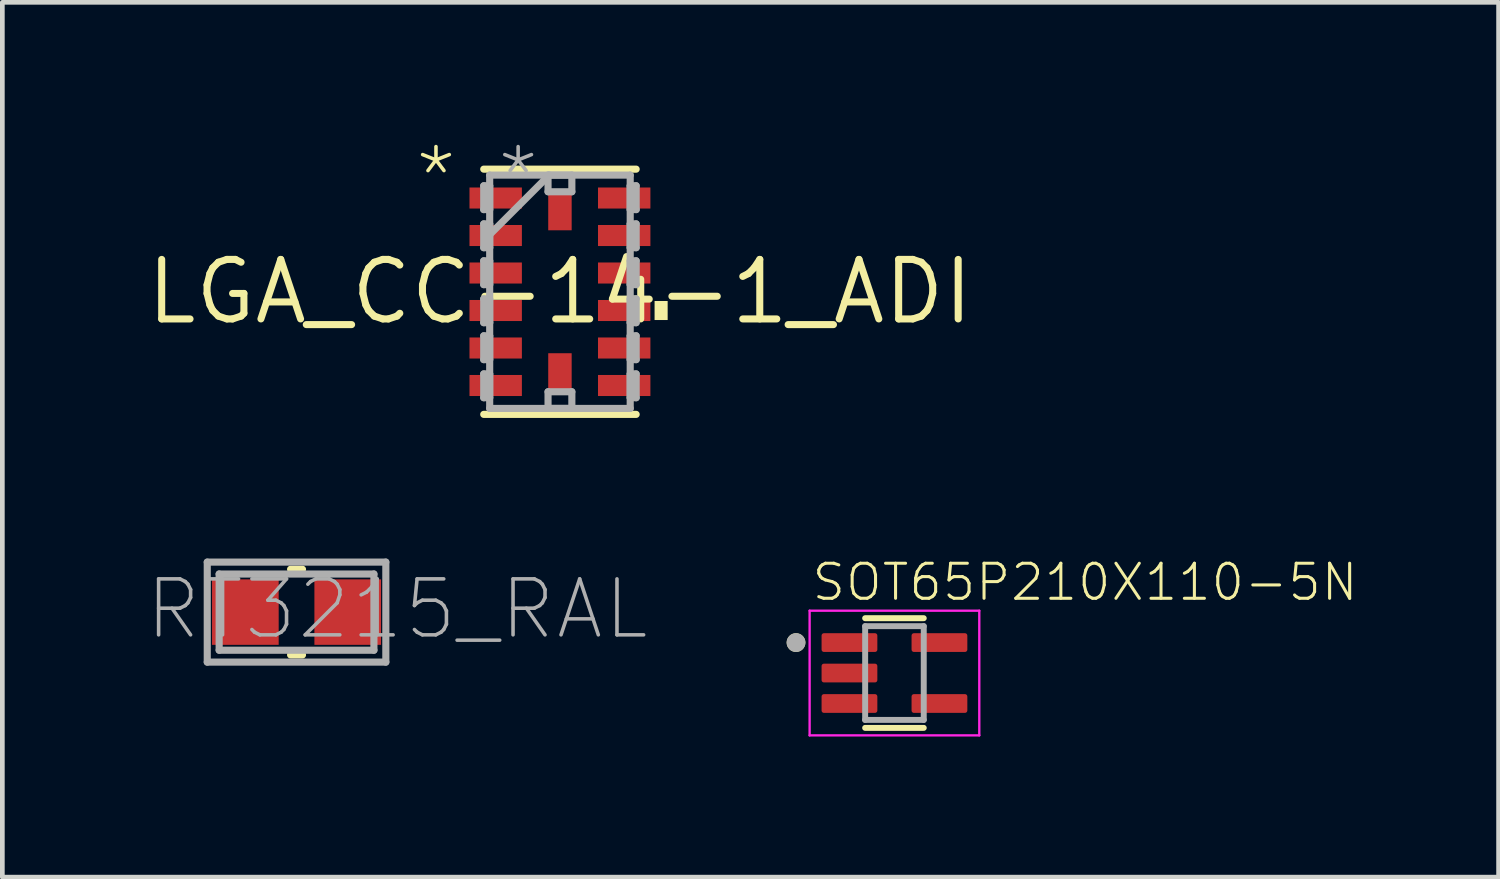
<source format=kicad_pcb>
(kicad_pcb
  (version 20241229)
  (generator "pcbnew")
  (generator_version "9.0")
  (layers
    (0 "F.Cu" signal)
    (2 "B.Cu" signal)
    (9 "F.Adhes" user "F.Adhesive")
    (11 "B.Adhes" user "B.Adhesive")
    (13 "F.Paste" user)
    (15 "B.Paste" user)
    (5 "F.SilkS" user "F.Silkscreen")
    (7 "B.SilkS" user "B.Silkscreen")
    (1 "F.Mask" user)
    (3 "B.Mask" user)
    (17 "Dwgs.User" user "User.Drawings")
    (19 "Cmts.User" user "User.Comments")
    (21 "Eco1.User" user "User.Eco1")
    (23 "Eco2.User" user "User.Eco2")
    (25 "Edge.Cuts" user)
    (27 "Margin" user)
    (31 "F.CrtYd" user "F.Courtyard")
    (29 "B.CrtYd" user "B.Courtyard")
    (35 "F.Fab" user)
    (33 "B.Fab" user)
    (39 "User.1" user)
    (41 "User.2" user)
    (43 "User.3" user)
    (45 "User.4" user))
  (footprint "RT3215_RAL"
    (layer "F.Cu")
    (at 3.277 10.01)
    (property "Reference" "RT3215_RAL" (at -3.277 0.635 0) (unlocked yes) (layer "F.Fab") (effects (font (size 1.194 1.194) (thickness 0.076)) (justify left bottom)))
    (fp_line (start -0.127 0.914) (end 0.127 0.914) (stroke (width 0.152) (type solid)) (layer "F.SilkS"))
    (fp_line (start 0.127 -0.914) (end -0.127 -0.914) (stroke (width 0.152) (type solid)) (layer "F.SilkS"))
    (fp_line (start -1.905 -1.067) (end 1.905 -1.067) (stroke (width 0.152) (type solid)) (layer "F.Fab"))
    (fp_line (start -1.905 1.067) (end -1.905 -1.067) (stroke (width 0.152) (type solid)) (layer "F.Fab"))
    (fp_line (start -1.651 -0.813) (end -1.651 0.813) (stroke (width 0.152) (type solid)) (layer "F.Fab"))
    (fp_line (start -1.651 0.813) (end 1.651 0.813) (stroke (width 0.152) (type solid)) (layer "F.Fab"))
    (fp_line (start 1.651 -0.813) (end -1.651 -0.813) (stroke (width 0.152) (type solid)) (layer "F.Fab"))
    (fp_line (start 1.651 0.813) (end 1.651 -0.813) (stroke (width 0.152) (type solid)) (layer "F.Fab"))
    (fp_line (start 1.905 -1.067) (end 1.905 1.067) (stroke (width 0.152) (type solid)) (layer "F.Fab"))
    (fp_line (start 1.905 1.067) (end -1.905 1.067) (stroke (width 0.152) (type solid)) (layer "F.Fab"))
    (pad "1" smd rect (at -1.092 0 90) (size 1.397 1.422) (layers "F.Cu" "F.Mask" "F.Paste"))
    (pad "2" smd rect (at 1.092 0 90) (size 1.397 1.422) (layers "F.Cu" "F.Mask" "F.Paste"))
    (zone (net_name "") (layer "F.Cu") (hatch edge 0.5) (connect_pads) (min_thickness 0.25) (filled_areas_thickness no) (keepout (tracks not_allowed) (vias not_allowed) (pads not_allowed) (copperpour not_allowed) (footprints allowed)) (placement (enabled no)) (fill) (polygon (pts (xy 2.946 10.76) (xy 3.607 10.76) (xy 3.607 9.261) (xy 2.946 9.261))))
    (zone (net_name "") (layer "F.Cu") (hatch edge 0.5) (connect_pads) (min_thickness 0.25) (filled_areas_thickness no) (keepout (tracks not_allowed) (vias not_allowed) (pads not_allowed) (copperpour not_allowed) (footprints allowed)) (placement (enabled no)) (fill) (polygon (pts (xy 2.946 10.76) (xy 3.607 10.76) (xy 3.607 9.261) (xy 2.946 9.261)))))
  (footprint "SOT65P210X110-5N"
    (layer "F.Cu")
    (at 16.034 11.31)
    (property "Reference" "SOT65P210X110-5N" (at -1.8 -1.5 0) (unlocked yes) (layer "F.SilkS") (effects (font (size 0.748 0.748) (thickness 0.065)) (justify left bottom)))
    (fp_line (start -0.625 -1.17) (end 0.625 -1.17) (stroke (width 0.127) (type solid)) (layer "F.SilkS"))
    (fp_line (start 0.625 1.17) (end -0.625 1.17) (stroke (width 0.127) (type solid)) (layer "F.SilkS"))
    (fp_circle (center -2.1 -0.65) (end -2 -0.65) (stroke (width 0.2) (type solid)) (fill no) (layer "F.SilkS"))
    (fp_line (start -1.81 -1.33) (end 1.81 -1.33) (stroke (width 0.05) (type solid)) (layer "F.CrtYd"))
    (fp_line (start -1.81 1.33) (end -1.81 -1.33) (stroke (width 0.05) (type solid)) (layer "F.CrtYd"))
    (fp_line (start 1.81 -1.33) (end 1.81 1.33) (stroke (width 0.05) (type solid)) (layer "F.CrtYd"))
    (fp_line (start 1.81 1.33) (end -1.81 1.33) (stroke (width 0.05) (type solid)) (layer "F.CrtYd"))
    (fp_line (start -0.625 -1) (end 0.625 -1) (stroke (width 0.127) (type solid)) (layer "F.Fab"))
    (fp_line (start -0.625 1) (end -0.625 -1) (stroke (width 0.127) (type solid)) (layer "F.Fab"))
    (fp_line (start 0.625 -1) (end 0.625 1) (stroke (width 0.127) (type solid)) (layer "F.Fab"))
    (fp_line (start 0.625 1) (end -0.625 1) (stroke (width 0.127) (type solid)) (layer "F.Fab"))
    (fp_circle (center -2.1 -0.65) (end -2 -0.65) (stroke (width 0.2) (type solid)) (fill no) (layer "F.Fab"))
    (pad "1" smd roundrect (at -0.96 -0.65) (size 1.19 0.4) (layers "F.Cu" "F.Mask" "F.Paste") (roundrect_rratio 0.125))
    (pad "2" smd roundrect (at -0.96 0) (size 1.19 0.4) (layers "F.Cu" "F.Mask" "F.Paste") (roundrect_rratio 0.125))
    (pad "3" smd roundrect (at -0.96 0.65) (size 1.19 0.4) (layers "F.Cu" "F.Mask" "F.Paste") (roundrect_rratio 0.125))
    (pad "4" smd roundrect (at 0.96 0.65) (size 1.19 0.4) (layers "F.Cu" "F.Mask" "F.Paste") (roundrect_rratio 0.125))
    (pad "5" smd roundrect (at 0.96 -0.65) (size 1.19 0.4) (layers "F.Cu" "F.Mask" "F.Paste") (roundrect_rratio 0.125)))
  (footprint "LGA_CC-14-1_ADI"
    (layer "F.Cu")
    (at 8.897 3.175)
    (property "Reference" "LGA_CC-14-1_ADI" (at 0 0 0) (layer "F.SilkS") (effects (font (size 1.27 1.27) (thickness 0.15))))
    (fp_line (start -1.626 2.616) (end 1.626 2.616) (stroke (width 0.152) (type solid)) (layer "F.SilkS"))
    (fp_line (start 1.626 -2.616) (end -1.626 -2.616) (stroke (width 0.152) (type solid)) (layer "F.SilkS"))
    (fp_poly (pts (xy 2.298 0.603) (xy 2.019 0.603) (xy 2.019 0.197) (xy 2.298 0.197)) (stroke (width 0) (type default)) (fill yes) (layer "F.SilkS"))
    (fp_line (start -1.626 -2.261) (end -1.626 -1.753) (stroke (width 0.152) (type solid)) (layer "F.Fab"))
    (fp_line (start -1.626 -1.753) (end -1.499 -1.753) (stroke (width 0.152) (type solid)) (layer "F.Fab"))
    (fp_line (start -1.626 -1.448) (end -1.626 -0.94) (stroke (width 0.152) (type solid)) (layer "F.Fab"))
    (fp_line (start -1.626 -0.94) (end -1.499 -0.94) (stroke (width 0.152) (type solid)) (layer "F.Fab"))
    (fp_line (start -1.626 -0.66) (end -1.626 -0.152) (stroke (width 0.152) (type solid)) (layer "F.Fab"))
    (fp_line (start -1.626 -0.152) (end -1.499 -0.152) (stroke (width 0.152) (type solid)) (layer "F.Fab"))
    (fp_line (start -1.626 0.152) (end -1.626 0.66) (stroke (width 0.152) (type solid)) (layer "F.Fab"))
    (fp_line (start -1.626 0.66) (end -1.499 0.66) (stroke (width 0.152) (type solid)) (layer "F.Fab"))
    (fp_line (start -1.626 0.94) (end -1.626 1.448) (stroke (width 0.152) (type solid)) (layer "F.Fab"))
    (fp_line (start -1.626 1.448) (end -1.499 1.448) (stroke (width 0.152) (type solid)) (layer "F.Fab"))
    (fp_line (start -1.626 1.753) (end -1.626 2.261) (stroke (width 0.152) (type solid)) (layer "F.Fab"))
    (fp_line (start -1.626 2.261) (end -1.499 2.261) (stroke (width 0.152) (type solid)) (layer "F.Fab"))
    (fp_line (start -1.499 -2.489) (end -1.499 2.489) (stroke (width 0.152) (type solid)) (layer "F.Fab"))
    (fp_line (start -1.499 -2.261) (end -1.626 -2.261) (stroke (width 0.152) (type solid)) (layer "F.Fab"))
    (fp_line (start -1.499 -1.753) (end -1.499 -2.261) (stroke (width 0.152) (type solid)) (layer "F.Fab"))
    (fp_line (start -1.499 -1.448) (end -1.626 -1.448) (stroke (width 0.152) (type solid)) (layer "F.Fab"))
    (fp_line (start -1.499 -1.219) (end -0.229 -2.489) (stroke (width 0.152) (type solid)) (layer "F.Fab"))
    (fp_line (start -1.499 -0.94) (end -1.499 -1.448) (stroke (width 0.152) (type solid)) (layer "F.Fab"))
    (fp_line (start -1.499 -0.66) (end -1.626 -0.66) (stroke (width 0.152) (type solid)) (layer "F.Fab"))
    (fp_line (start -1.499 -0.152) (end -1.499 -0.66) (stroke (width 0.152) (type solid)) (layer "F.Fab"))
    (fp_line (start -1.499 0.152) (end -1.626 0.152) (stroke (width 0.152) (type solid)) (layer "F.Fab"))
    (fp_line (start -1.499 0.66) (end -1.499 0.152) (stroke (width 0.152) (type solid)) (layer "F.Fab"))
    (fp_line (start -1.499 0.94) (end -1.626 0.94) (stroke (width 0.152) (type solid)) (layer "F.Fab"))
    (fp_line (start -1.499 1.448) (end -1.499 0.94) (stroke (width 0.152) (type solid)) (layer "F.Fab"))
    (fp_line (start -1.499 1.753) (end -1.626 1.753) (stroke (width 0.152) (type solid)) (layer "F.Fab"))
    (fp_line (start -1.499 2.261) (end -1.499 1.753) (stroke (width 0.152) (type solid)) (layer "F.Fab"))
    (fp_line (start -1.499 2.489) (end 1.499 2.489) (stroke (width 0.152) (type solid)) (layer "F.Fab"))
    (fp_line (start -0.254 -2.489) (end 0.254 -2.489) (stroke (width 0.152) (type solid)) (layer "F.Fab"))
    (fp_line (start -0.254 -2.134) (end -0.254 -2.489) (stroke (width 0.152) (type solid)) (layer "F.Fab"))
    (fp_line (start -0.254 2.134) (end 0.254 2.134) (stroke (width 0.152) (type solid)) (layer "F.Fab"))
    (fp_line (start -0.254 2.489) (end -0.254 2.134) (stroke (width 0.152) (type solid)) (layer "F.Fab"))
    (fp_line (start 0.254 -2.489) (end 0.254 -2.134) (stroke (width 0.152) (type solid)) (layer "F.Fab"))
    (fp_line (start 0.254 -2.134) (end -0.254 -2.134) (stroke (width 0.152) (type solid)) (layer "F.Fab"))
    (fp_line (start 0.254 2.134) (end 0.254 2.489) (stroke (width 0.152) (type solid)) (layer "F.Fab"))
    (fp_line (start 0.254 2.489) (end -0.254 2.489) (stroke (width 0.152) (type solid)) (layer "F.Fab"))
    (fp_line (start 1.499 -2.489) (end -1.499 -2.489) (stroke (width 0.152) (type solid)) (layer "F.Fab"))
    (fp_line (start 1.499 -2.261) (end 1.499 -1.753) (stroke (width 0.152) (type solid)) (layer "F.Fab"))
    (fp_line (start 1.499 -1.753) (end 1.626 -1.753) (stroke (width 0.152) (type solid)) (layer "F.Fab"))
    (fp_line (start 1.499 -1.448) (end 1.499 -0.94) (stroke (width 0.152) (type solid)) (layer "F.Fab"))
    (fp_line (start 1.499 -0.94) (end 1.626 -0.94) (stroke (width 0.152) (type solid)) (layer "F.Fab"))
    (fp_line (start 1.499 -0.66) (end 1.499 -0.152) (stroke (width 0.152) (type solid)) (layer "F.Fab"))
    (fp_line (start 1.499 -0.152) (end 1.626 -0.152) (stroke (width 0.152) (type solid)) (layer "F.Fab"))
    (fp_line (start 1.499 0.152) (end 1.499 0.66) (stroke (width 0.152) (type solid)) (layer "F.Fab"))
    (fp_line (start 1.499 0.66) (end 1.626 0.66) (stroke (width 0.152) (type solid)) (layer "F.Fab"))
    (fp_line (start 1.499 0.94) (end 1.499 1.448) (stroke (width 0.152) (type solid)) (layer "F.Fab"))
    (fp_line (start 1.499 1.448) (end 1.626 1.448) (stroke (width 0.152) (type solid)) (layer "F.Fab"))
    (fp_line (start 1.499 1.753) (end 1.499 2.261) (stroke (width 0.152) (type solid)) (layer "F.Fab"))
    (fp_line (start 1.499 2.261) (end 1.626 2.261) (stroke (width 0.152) (type solid)) (layer "F.Fab"))
    (fp_line (start 1.499 2.489) (end 1.499 -2.489) (stroke (width 0.152) (type solid)) (layer "F.Fab"))
    (fp_line (start 1.626 -2.261) (end 1.499 -2.261) (stroke (width 0.152) (type solid)) (layer "F.Fab"))
    (fp_line (start 1.626 -1.753) (end 1.626 -2.261) (stroke (width 0.152) (type solid)) (layer "F.Fab"))
    (fp_line (start 1.626 -1.448) (end 1.499 -1.448) (stroke (width 0.152) (type solid)) (layer "F.Fab"))
    (fp_line (start 1.626 -0.94) (end 1.626 -1.448) (stroke (width 0.152) (type solid)) (layer "F.Fab"))
    (fp_line (start 1.626 -0.66) (end 1.499 -0.66) (stroke (width 0.152) (type solid)) (layer "F.Fab"))
    (fp_line (start 1.626 -0.152) (end 1.626 -0.66) (stroke (width 0.152) (type solid)) (layer "F.Fab"))
    (fp_line (start 1.626 0.152) (end 1.499 0.152) (stroke (width 0.152) (type solid)) (layer "F.Fab"))
    (fp_line (start 1.626 0.66) (end 1.626 0.152) (stroke (width 0.152) (type solid)) (layer "F.Fab"))
    (fp_line (start 1.626 0.94) (end 1.499 0.94) (stroke (width 0.152) (type solid)) (layer "F.Fab"))
    (fp_line (start 1.626 1.448) (end 1.626 0.94) (stroke (width 0.152) (type solid)) (layer "F.Fab"))
    (fp_line (start 1.626 1.753) (end 1.499 1.753) (stroke (width 0.152) (type solid)) (layer "F.Fab"))
    (fp_line (start 1.626 2.261) (end 1.626 1.753) (stroke (width 0.152) (type solid)) (layer "F.Fab"))
    (fp_text user "*" (at -3.15 -1.753 0) (unlocked yes) (layer "F.SilkS") (effects (font (size 1.194 1.194) (thickness 0.076)) (justify left bottom)))
    (fp_text user "*" (at -1.397 -1.753 0) (unlocked yes) (layer "F.Fab") (effects (font (size 1.194 1.194) (thickness 0.076)) (justify left bottom)))
    (pad "1" smd rect (at -1.371 -2 270) (size 0.449 1.118) (layers "F.Cu" "F.Mask" "F.Paste"))
    (pad "2" smd rect (at -1.371 -1.2 270) (size 0.449 1.118) (layers "F.Cu" "F.Mask" "F.Paste"))
    (pad "3" smd rect (at -1.371 -0.4 270) (size 0.449 1.118) (layers "F.Cu" "F.Mask" "F.Paste"))
    (pad "4" smd rect (at -1.371 0.4 270) (size 0.449 1.118) (layers "F.Cu" "F.Mask" "F.Paste"))
    (pad "5" smd rect (at -1.371 1.2 270) (size 0.449 1.118) (layers "F.Cu" "F.Mask" "F.Paste"))
    (pad "6" smd rect (at -1.371 2 270) (size 0.449 1.118) (layers "F.Cu" "F.Mask" "F.Paste"))
    (pad "7" smd rect (at 0 1.718 180) (size 0.5 0.813) (layers "F.Cu" "F.Mask" "F.Paste"))
    (pad "8" smd rect (at 1.371 2 270) (size 0.449 1.118) (layers "F.Cu" "F.Mask" "F.Paste"))
    (pad "9" smd rect (at 1.371 1.2 270) (size 0.449 1.118) (layers "F.Cu" "F.Mask" "F.Paste"))
    (pad "10" smd rect (at 1.371 0.4 270) (size 0.449 1.118) (layers "F.Cu" "F.Mask" "F.Paste"))
    (pad "11" smd rect (at 1.371 -0.4 270) (size 0.449 1.118) (layers "F.Cu" "F.Mask" "F.Paste"))
    (pad "12" smd rect (at 1.371 -1.2 270) (size 0.449 1.118) (layers "F.Cu" "F.Mask" "F.Paste"))
    (pad "13" smd rect (at 1.371 -2 270) (size 0.449 1.118) (layers "F.Cu" "F.Mask" "F.Paste"))
    (pad "14" smd rect (at 0 -1.718 180) (size 0.5 0.813) (layers "F.Cu" "F.Mask" "F.Paste")))
  (gr_rect
    (start -3 -3)
    (end 28.924 15.665)
    (stroke (width 0.1) (type default))
    (fill no)
    (layer "Edge.Cuts")))
</source>
